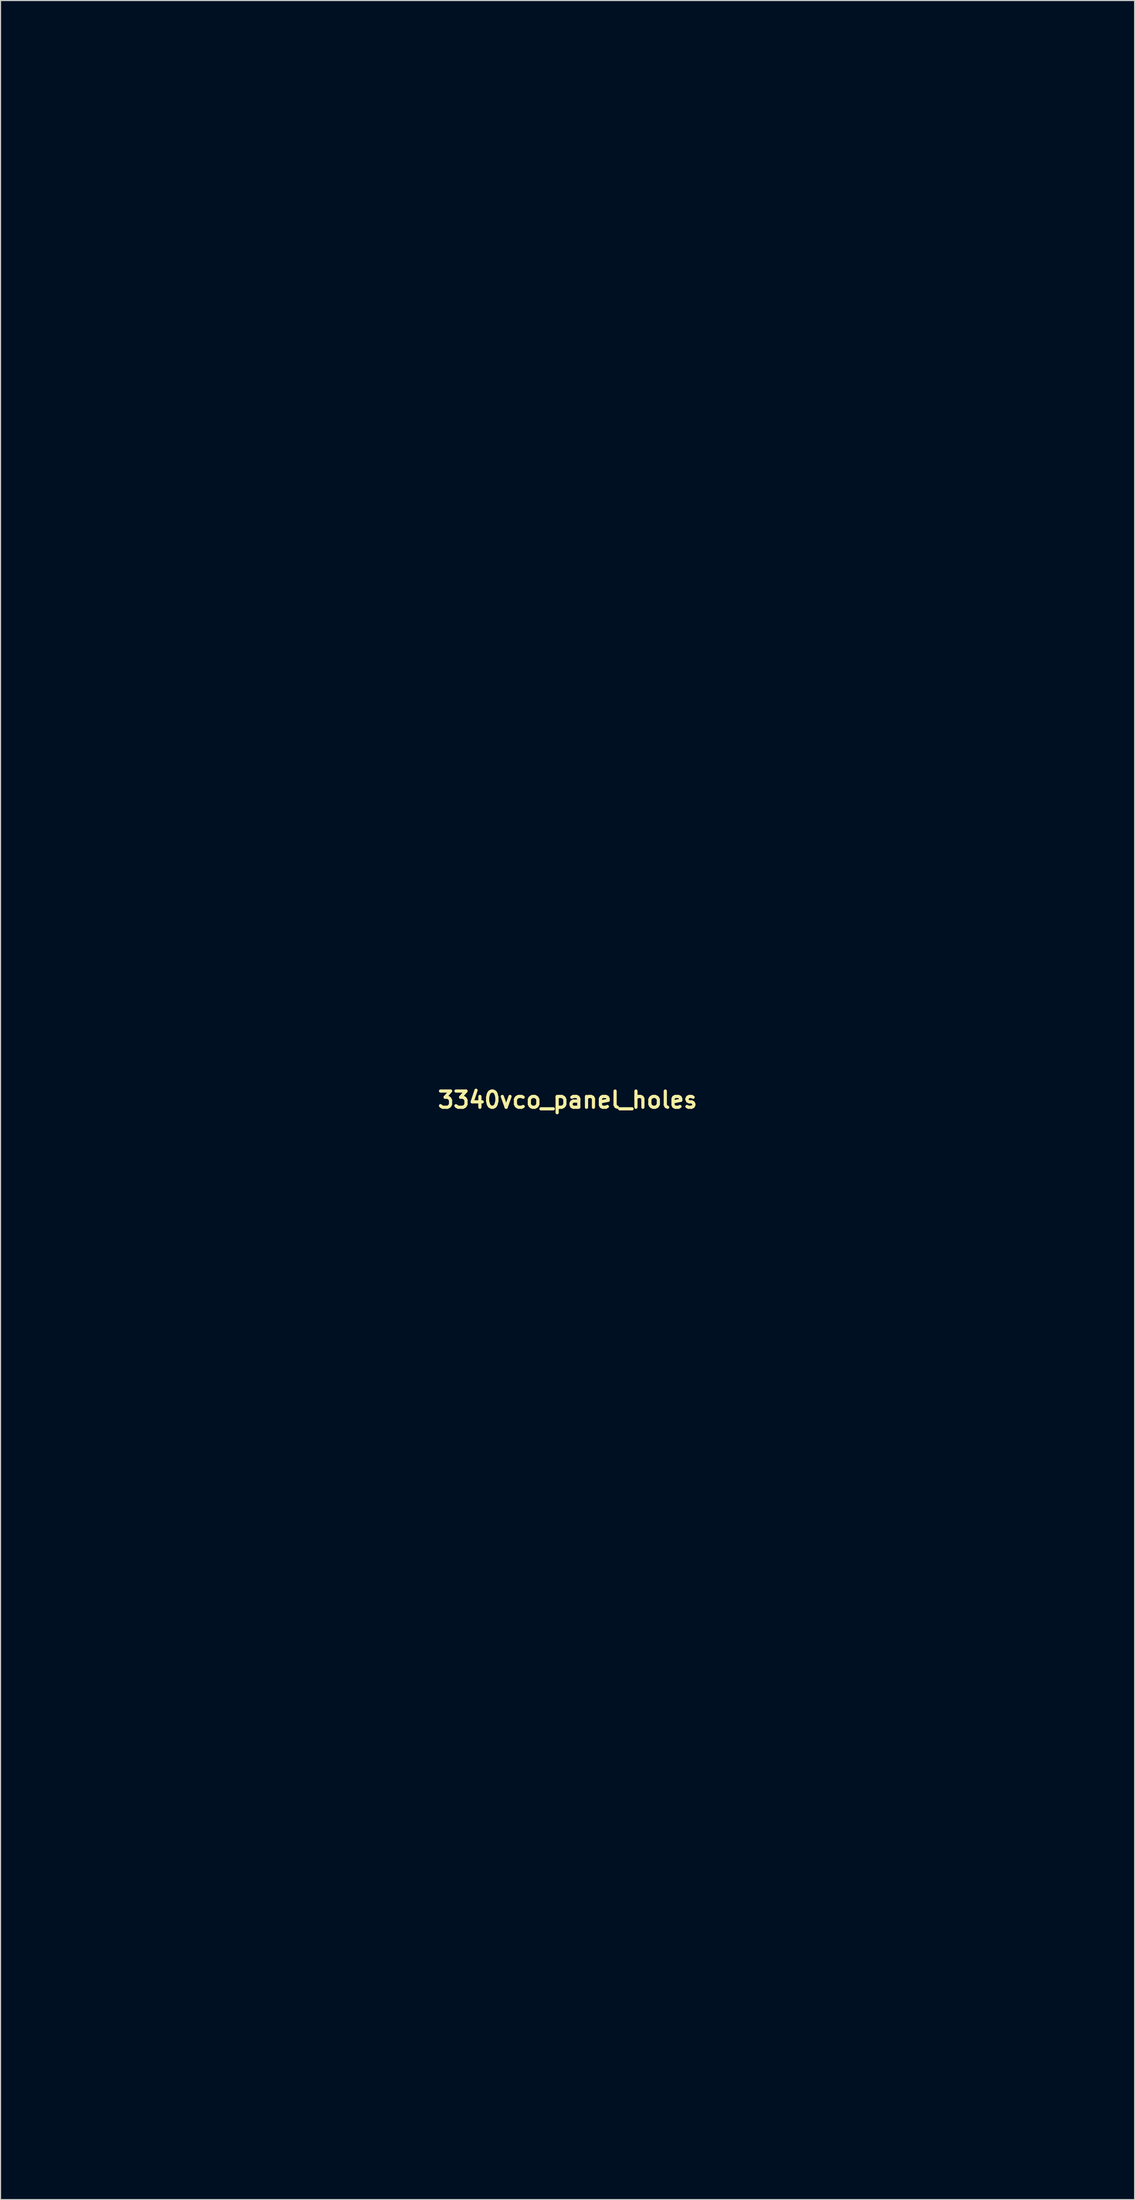
<source format=kicad_pcb>
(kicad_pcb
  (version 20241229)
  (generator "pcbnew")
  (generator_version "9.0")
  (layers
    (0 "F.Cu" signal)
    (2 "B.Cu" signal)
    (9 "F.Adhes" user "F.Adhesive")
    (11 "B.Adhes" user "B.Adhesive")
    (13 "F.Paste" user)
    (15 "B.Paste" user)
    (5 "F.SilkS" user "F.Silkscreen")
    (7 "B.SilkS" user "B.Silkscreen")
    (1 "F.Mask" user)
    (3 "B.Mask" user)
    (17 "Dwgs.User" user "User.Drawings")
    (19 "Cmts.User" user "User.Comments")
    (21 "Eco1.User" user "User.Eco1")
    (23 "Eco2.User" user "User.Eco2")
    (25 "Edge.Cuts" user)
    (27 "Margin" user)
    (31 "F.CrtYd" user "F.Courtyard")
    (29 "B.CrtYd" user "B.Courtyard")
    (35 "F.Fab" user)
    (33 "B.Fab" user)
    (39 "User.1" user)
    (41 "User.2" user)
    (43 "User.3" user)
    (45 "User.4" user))
  (footprint "3340vco_panel_holes"
    (layer "F.Cu")
    (at 50.272 100.259)
    (property "Reference" "3340vco_panel_holes" (at 0 0 0) (layer "F.SilkS") (effects (font (size 1.524 1.524) (thickness 0.3))))
    (attr through_hole)
    (fp_poly (pts (xy 50.267 100.279) (xy -50.267 100.279) (xy -50.267 -99.72) (xy -49.733 -99.72) (xy -49.733 99.746) (xy 49.733 99.746) (xy 49.733 -99.72) (xy -49.733 -99.72) (xy -50.267 -99.72) (xy -50.267 -100.254) (xy 50.267 -100.254) (xy 50.267 100.279)) (stroke (width 0.01) (type solid)) (fill no) (layer "Eco1.User"))
    (fp_poly (pts (xy 44.243 -11.207) (xy 44.473 -11.14) (xy 44.679 -11.034) (xy 44.859 -10.895) (xy 45.009 -10.727) (xy 45.126 -10.534) (xy 45.206 -10.321) (xy 45.246 -10.093) (xy 45.243 -9.855) (xy 45.194 -9.611) (xy 45.173 -9.548) (xy 45.091 -9.376) (xy 44.97 -9.206) (xy 44.824 -9.052) (xy 44.663 -8.927) (xy 44.582 -8.88) (xy 44.357 -8.792) (xy 44.121 -8.746) (xy 43.884 -8.744) (xy 43.691 -8.778) (xy 43.462 -8.864) (xy 43.259 -8.989) (xy 43.085 -9.148) (xy 42.943 -9.334) (xy 42.838 -9.543) (xy 42.773 -9.767) (xy 42.752 -10.002) (xy 42.762 -10.109) (xy 43.002 -10.109) (xy 43.002 -9.855) (xy 43.866 -9.855) (xy 43.866 -8.992) (xy 44.12 -8.992) (xy 44.12 -9.855) (xy 45.009 -9.855) (xy 45.009 -10.108) (xy 44.571 -10.115) (xy 44.133 -10.122) (xy 44.126 -10.547) (xy 44.119 -10.973) (xy 43.866 -10.973) (xy 43.866 -10.109) (xy 43.002 -10.109) (xy 42.762 -10.109) (xy 42.769 -10.19) (xy 42.834 -10.43) (xy 42.941 -10.646) (xy 43.085 -10.835) (xy 43.26 -10.992) (xy 43.462 -11.112) (xy 43.686 -11.193) (xy 43.927 -11.229) (xy 43.993 -11.23) (xy 44.243 -11.207)) (stroke (width 0.01) (type solid)) (fill no) (layer "Eco1.User"))
    (fp_poly (pts (xy 44.3 -41.201) (xy 44.52 -41.122) (xy 44.724 -41.003) (xy 44.902 -40.848) (xy 45.05 -40.66) (xy 45.118 -40.538) (xy 45.206 -40.307) (xy 45.246 -40.076) (xy 45.243 -39.85) (xy 45.199 -39.633) (xy 45.118 -39.43) (xy 45.003 -39.244) (xy 44.858 -39.081) (xy 44.686 -38.944) (xy 44.491 -38.839) (xy 44.276 -38.769) (xy 44.044 -38.739) (xy 43.798 -38.752) (xy 43.739 -38.763) (xy 43.581 -38.811) (xy 43.413 -38.892) (xy 43.251 -38.997) (xy 43.121 -39.108) (xy 42.964 -39.298) (xy 42.851 -39.502) (xy 42.782 -39.717) (xy 42.753 -39.936) (xy 42.762 -40.107) (xy 43.002 -40.107) (xy 43.002 -39.853) (xy 43.866 -39.853) (xy 43.866 -38.989) (xy 44.12 -38.989) (xy 44.12 -39.853) (xy 45.009 -39.853) (xy 45.009 -40.105) (xy 44.571 -40.112) (xy 44.133 -40.119) (xy 44.119 -40.996) (xy 43.866 -40.996) (xy 43.866 -40.107) (xy 43.002 -40.107) (xy 42.762 -40.107) (xy 42.765 -40.154) (xy 42.813 -40.366) (xy 42.898 -40.568) (xy 43.017 -40.752) (xy 43.169 -40.915) (xy 43.351 -41.05) (xy 43.561 -41.154) (xy 43.799 -41.219) (xy 43.832 -41.225) (xy 44.068 -41.236) (xy 44.3 -41.201)) (stroke (width 0.01) (type solid)) (fill no) (layer "Eco1.User"))
    (fp_poly (pts (xy 44.162 -21.224) (xy 44.39 -21.171) (xy 44.602 -21.078) (xy 44.793 -20.948) (xy 44.958 -20.785) (xy 45.092 -20.592) (xy 45.189 -20.372) (xy 45.246 -20.129) (xy 45.248 -20.115) (xy 45.251 -19.887) (xy 45.209 -19.662) (xy 45.124 -19.448) (xy 45.003 -19.25) (xy 44.848 -19.075) (xy 44.664 -18.931) (xy 44.456 -18.823) (xy 44.35 -18.786) (xy 44.182 -18.754) (xy 43.991 -18.746) (xy 43.798 -18.76) (xy 43.627 -18.798) (xy 43.611 -18.803) (xy 43.377 -18.908) (xy 43.175 -19.052) (xy 43.008 -19.23) (xy 42.879 -19.442) (xy 42.79 -19.684) (xy 42.787 -19.697) (xy 42.752 -19.931) (xy 42.761 -20.117) (xy 43.002 -20.117) (xy 43.002 -19.863) (xy 43.866 -19.863) (xy 43.866 -18.999) (xy 44.119 -18.999) (xy 44.126 -19.425) (xy 44.133 -19.85) (xy 45.009 -19.864) (xy 45.009 -20.117) (xy 44.12 -20.117) (xy 44.12 -20.98) (xy 43.866 -20.98) (xy 43.866 -20.117) (xy 43.002 -20.117) (xy 42.761 -20.117) (xy 42.764 -20.163) (xy 42.819 -20.387) (xy 42.914 -20.597) (xy 43.045 -20.788) (xy 43.209 -20.952) (xy 43.401 -21.083) (xy 43.618 -21.177) (xy 43.679 -21.194) (xy 43.924 -21.233) (xy 44.162 -21.224)) (stroke (width 0.01) (type solid)) (fill no) (layer "Eco1.User"))
    (fp_poly (pts (xy 44.269 -31.208) (xy 44.511 -31.127) (xy 44.542 -31.112) (xy 44.748 -30.989) (xy 44.923 -30.829) (xy 45.064 -30.639) (xy 45.169 -30.427) (xy 45.233 -30.199) (xy 45.251 -29.963) (xy 45.238 -29.805) (xy 45.175 -29.565) (xy 45.07 -29.346) (xy 44.925 -29.152) (xy 44.747 -28.99) (xy 44.539 -28.863) (xy 44.308 -28.778) (xy 44.25 -28.764) (xy 44.108 -28.739) (xy 43.987 -28.732) (xy 43.863 -28.744) (xy 43.744 -28.766) (xy 43.505 -28.843) (xy 43.288 -28.966) (xy 43.157 -29.072) (xy 42.991 -29.259) (xy 42.868 -29.466) (xy 42.789 -29.686) (xy 42.754 -29.915) (xy 42.761 -30.124) (xy 43.002 -30.124) (xy 43.002 -29.87) (xy 43.866 -29.87) (xy 43.866 -28.981) (xy 44.119 -28.981) (xy 44.133 -29.858) (xy 44.572 -29.865) (xy 45.012 -29.872) (xy 45.004 -29.992) (xy 44.996 -30.112) (xy 44.12 -30.126) (xy 44.12 -30.988) (xy 43.866 -30.988) (xy 43.866 -30.124) (xy 43.002 -30.124) (xy 42.761 -30.124) (xy 42.762 -30.145) (xy 42.814 -30.371) (xy 42.91 -30.587) (xy 43.049 -30.787) (xy 43.139 -30.882) (xy 43.34 -31.042) (xy 43.558 -31.156) (xy 43.788 -31.222) (xy 44.027 -31.239) (xy 44.269 -31.208)) (stroke (width 0.01) (type solid)) (fill no) (layer "Eco1.User"))
    (fp_poly (pts (xy 44.306 -71.2) (xy 44.528 -71.119) (xy 44.731 -71) (xy 44.908 -70.844) (xy 45.054 -70.657) (xy 45.122 -70.533) (xy 45.211 -70.291) (xy 45.249 -70.049) (xy 45.236 -69.807) (xy 45.173 -69.568) (xy 45.126 -69.456) (xy 44.996 -69.238) (xy 44.833 -69.056) (xy 44.639 -68.914) (xy 44.418 -68.812) (xy 44.176 -68.755) (xy 44.069 -68.745) (xy 43.953 -68.744) (xy 43.838 -68.749) (xy 43.752 -68.761) (xy 43.557 -68.823) (xy 43.363 -68.924) (xy 43.182 -69.057) (xy 43.028 -69.211) (xy 42.911 -69.378) (xy 42.905 -69.388) (xy 42.81 -69.617) (xy 42.761 -69.85) (xy 42.758 -70.081) (xy 42.766 -70.129) (xy 43.002 -70.129) (xy 43.002 -69.85) (xy 43.866 -69.85) (xy 43.866 -68.986) (xy 44.12 -68.986) (xy 44.12 -69.849) (xy 44.558 -69.856) (xy 44.996 -69.863) (xy 44.996 -70.117) (xy 44.12 -70.131) (xy 44.12 -70.993) (xy 43.866 -70.993) (xy 43.866 -70.129) (xy 43.002 -70.129) (xy 42.766 -70.129) (xy 42.796 -70.305) (xy 42.874 -70.518) (xy 42.988 -70.713) (xy 43.136 -70.885) (xy 43.315 -71.029) (xy 43.523 -71.14) (xy 43.756 -71.213) (xy 43.837 -71.227) (xy 44.074 -71.237) (xy 44.306 -71.2)) (stroke (width 0.01) (type solid)) (fill no) (layer "Eco1.User"))
    (fp_poly (pts (xy 44.341 -61.193) (xy 44.569 -61.104) (xy 44.574 -61.101) (xy 44.698 -61.023) (xy 44.83 -60.915) (xy 44.952 -60.793) (xy 45.048 -60.672) (xy 45.056 -60.66) (xy 45.165 -60.446) (xy 45.23 -60.215) (xy 45.25 -59.976) (xy 45.225 -59.738) (xy 45.155 -59.51) (xy 45.139 -59.474) (xy 45.009 -59.255) (xy 44.847 -59.071) (xy 44.654 -58.925) (xy 44.438 -58.82) (xy 44.201 -58.759) (xy 43.949 -58.743) (xy 43.818 -58.753) (xy 43.609 -58.803) (xy 43.405 -58.896) (xy 43.216 -59.025) (xy 43.051 -59.183) (xy 42.92 -59.363) (xy 42.88 -59.438) (xy 42.795 -59.669) (xy 42.756 -59.898) (xy 42.76 -60.121) (xy 42.761 -60.122) (xy 43.002 -60.122) (xy 43.002 -59.868) (xy 43.866 -59.868) (xy 43.866 -59.004) (xy 44.119 -59.004) (xy 44.126 -59.43) (xy 44.133 -59.855) (xy 45.009 -59.869) (xy 45.009 -60.122) (xy 44.12 -60.122) (xy 44.12 -60.985) (xy 43.866 -60.985) (xy 43.866 -60.122) (xy 43.002 -60.122) (xy 42.761 -60.122) (xy 42.804 -60.334) (xy 42.883 -60.533) (xy 42.994 -60.715) (xy 43.133 -60.876) (xy 43.296 -61.012) (xy 43.479 -61.12) (xy 43.679 -61.196) (xy 43.892 -61.236) (xy 44.114 -61.236) (xy 44.341 -61.193)) (stroke (width 0.01) (type solid)) (fill no) (layer "Eco1.User"))
    (fp_poly (pts (xy 44.128 -51.226) (xy 44.251 -51.212) (xy 44.349 -51.192) (xy 44.35 -51.191) (xy 44.573 -51.1) (xy 44.774 -50.968) (xy 44.946 -50.799) (xy 45.086 -50.602) (xy 45.186 -50.383) (xy 45.238 -50.178) (xy 45.251 -49.938) (xy 45.218 -49.705) (xy 45.141 -49.483) (xy 45.025 -49.28) (xy 44.874 -49.1) (xy 44.692 -48.95) (xy 44.481 -48.836) (xy 44.314 -48.778) (xy 44.172 -48.754) (xy 44.005 -48.746) (xy 43.835 -48.754) (xy 43.684 -48.778) (xy 43.665 -48.783) (xy 43.444 -48.867) (xy 43.248 -48.992) (xy 43.079 -49.15) (xy 42.941 -49.336) (xy 42.838 -49.543) (xy 42.773 -49.765) (xy 42.751 -49.995) (xy 42.763 -50.114) (xy 43.002 -50.114) (xy 43.002 -49.86) (xy 43.866 -49.86) (xy 43.866 -48.997) (xy 44.12 -48.997) (xy 44.12 -49.86) (xy 45.009 -49.86) (xy 45.009 -50.113) (xy 44.571 -50.12) (xy 44.133 -50.127) (xy 44.126 -50.552) (xy 44.119 -50.978) (xy 43.866 -50.978) (xy 43.866 -50.114) (xy 43.002 -50.114) (xy 42.763 -50.114) (xy 42.775 -50.228) (xy 42.787 -50.28) (xy 42.873 -50.521) (xy 42.998 -50.732) (xy 43.158 -50.911) (xy 43.348 -51.053) (xy 43.564 -51.156) (xy 43.802 -51.217) (xy 44.004 -51.232) (xy 44.128 -51.226)) (stroke (width 0.01) (type solid)) (fill no) (layer "Eco1.User"))
    (fp_poly (pts (xy 44.18 -81.222) (xy 44.275 -81.207) (xy 44.369 -81.182) (xy 44.591 -81.089) (xy 44.788 -80.958) (xy 44.954 -80.794) (xy 45.087 -80.604) (xy 45.183 -80.394) (xy 45.239 -80.169) (xy 45.25 -79.936) (xy 45.228 -79.766) (xy 45.169 -79.55) (xy 45.081 -79.365) (xy 44.957 -79.193) (xy 44.905 -79.135) (xy 44.72 -78.973) (xy 44.509 -78.852) (xy 44.281 -78.774) (xy 44.042 -78.741) (xy 43.799 -78.756) (xy 43.701 -78.776) (xy 43.475 -78.857) (xy 43.272 -78.978) (xy 43.097 -79.134) (xy 42.954 -79.318) (xy 42.846 -79.525) (xy 42.777 -79.749) (xy 42.752 -79.982) (xy 42.763 -80.112) (xy 43.002 -80.112) (xy 43.002 -79.858) (xy 43.866 -79.858) (xy 43.866 -78.994) (xy 44.12 -78.994) (xy 44.12 -79.858) (xy 45.009 -79.858) (xy 45.009 -80.11) (xy 44.571 -80.117) (xy 44.133 -80.124) (xy 44.126 -80.55) (xy 44.119 -80.975) (xy 43.866 -80.975) (xy 43.866 -80.112) (xy 43.002 -80.112) (xy 42.763 -80.112) (xy 42.769 -80.192) (xy 42.835 -80.433) (xy 42.946 -80.653) (xy 43.097 -80.846) (xy 43.286 -81.007) (xy 43.472 -81.117) (xy 43.571 -81.162) (xy 43.651 -81.192) (xy 43.729 -81.21) (xy 43.823 -81.219) (xy 43.934 -81.225) (xy 44.073 -81.228) (xy 44.18 -81.222)) (stroke (width 0.01) (type solid)) (fill no) (layer "Eco1.User"))
    (fp_poly (pts (xy -24.783 -27.466) (xy -24.609 -27.455) (xy -24.456 -27.432) (xy -24.309 -27.396) (xy -24.154 -27.343) (xy -23.995 -27.278) (xy -23.768 -27.162) (xy -23.538 -27.008) (xy -23.316 -26.828) (xy -23.118 -26.631) (xy -22.954 -26.429) (xy -22.943 -26.414) (xy -22.763 -26.109) (xy -22.631 -25.786) (xy -22.547 -25.447) (xy -22.51 -25.091) (xy -22.511 -24.859) (xy -22.552 -24.514) (xy -22.637 -24.186) (xy -22.764 -23.878) (xy -22.929 -23.593) (xy -23.129 -23.334) (xy -23.36 -23.104) (xy -23.619 -22.905) (xy -23.902 -22.742) (xy -24.205 -22.616) (xy -24.526 -22.531) (xy -24.86 -22.489) (xy -25.204 -22.494) (xy -25.317 -22.506) (xy -25.661 -22.576) (xy -25.989 -22.692) (xy -26.296 -22.852) (xy -26.578 -23.052) (xy -26.831 -23.289) (xy -27.05 -23.561) (xy -27.215 -23.832) (xy -27.356 -24.151) (xy -27.449 -24.477) (xy -27.496 -24.808) (xy -27.498 -25.138) (xy -27.497 -25.145) (xy -26.01 -25.145) (xy -26.01 -24.892) (xy -25.121 -24.892) (xy -25.121 -24.003) (xy -24.867 -24.003) (xy -24.867 -24.892) (xy -24.003 -24.892) (xy -24.003 -25.146) (xy -24.867 -25.146) (xy -24.867 -25.984) (xy -25.119 -25.984) (xy -25.133 -25.159) (xy -25.571 -25.152) (xy -26.01 -25.145) (xy -27.497 -25.145) (xy -27.456 -25.463) (xy -27.372 -25.78) (xy -27.248 -26.082) (xy -27.084 -26.368) (xy -26.883 -26.631) (xy -26.645 -26.869) (xy -26.373 -27.075) (xy -26.067 -27.248) (xy -26.051 -27.256) (xy -25.869 -27.335) (xy -25.703 -27.393) (xy -25.538 -27.432) (xy -25.361 -27.456) (xy -25.157 -27.468) (xy -24.994 -27.47) (xy -24.783 -27.466)) (stroke (width 0.01) (type solid)) (fill no) (layer "Eco1.User"))
    (fp_poly (pts (xy 25.298 -67.437) (xy 25.643 -67.369) (xy 25.967 -67.257) (xy 26.267 -67.106) (xy 26.541 -66.92) (xy 26.785 -66.701) (xy 26.998 -66.454) (xy 27.177 -66.182) (xy 27.32 -65.889) (xy 27.423 -65.578) (xy 27.485 -65.253) (xy 27.502 -64.919) (xy 27.473 -64.577) (xy 27.433 -64.376) (xy 27.328 -64.043) (xy 27.178 -63.731) (xy 26.989 -63.445) (xy 26.763 -63.186) (xy 26.505 -62.961) (xy 26.219 -62.772) (xy 25.907 -62.624) (xy 25.629 -62.533) (xy 25.471 -62.502) (xy 25.282 -62.48) (xy 25.078 -62.468) (xy 24.875 -62.466) (xy 24.689 -62.475) (xy 24.535 -62.495) (xy 24.527 -62.497) (xy 24.325 -62.545) (xy 24.146 -62.604) (xy 23.963 -62.683) (xy 23.889 -62.718) (xy 23.584 -62.898) (xy 23.31 -63.115) (xy 23.072 -63.366) (xy 22.871 -63.648) (xy 22.71 -63.956) (xy 22.592 -64.288) (xy 22.529 -64.573) (xy 22.511 -64.758) (xy 22.508 -64.972) (xy 22.516 -65.126) (xy 24.003 -65.126) (xy 24.003 -64.872) (xy 24.867 -64.872) (xy 24.867 -63.957) (xy 25.119 -63.957) (xy 25.126 -64.408) (xy 25.133 -64.859) (xy 25.573 -64.866) (xy 26.012 -64.873) (xy 26.005 -64.993) (xy 25.997 -65.113) (xy 25.121 -65.127) (xy 25.121 -65.967) (xy 24.879 -65.951) (xy 24.872 -65.538) (xy 24.865 -65.126) (xy 24.003 -65.126) (xy 22.516 -65.126) (xy 22.519 -65.195) (xy 22.544 -65.409) (xy 22.579 -65.583) (xy 22.688 -65.908) (xy 22.84 -66.211) (xy 23.028 -66.487) (xy 23.251 -66.735) (xy 23.503 -66.951) (xy 23.78 -67.132) (xy 24.079 -67.276) (xy 24.394 -67.38) (xy 24.722 -67.441) (xy 25.059 -67.456) (xy 25.298 -67.437)) (stroke (width 0.01) (type solid)) (fill no) (layer "Eco1.User"))
    (fp_poly (pts (xy -43.764 95.474) (xy -43.492 95.584) (xy -43.249 95.735) (xy -43.038 95.923) (xy -42.862 96.145) (xy -42.724 96.398) (xy -42.665 96.554) (xy -42.64 96.644) (xy -42.624 96.741) (xy -42.616 96.859) (xy -42.613 97.013) (xy -42.613 97.015) (xy -42.616 97.17) (xy -42.624 97.289) (xy -42.64 97.386) (xy -42.664 97.476) (xy -42.665 97.477) (xy -42.779 97.747) (xy -42.932 97.986) (xy -43.12 98.191) (xy -43.34 98.36) (xy -43.589 98.489) (xy -43.863 98.576) (xy -44.005 98.602) (xy -44.067 98.607) (xy -44.174 98.611) (xy -44.32 98.615) (xy -44.499 98.618) (xy -44.706 98.621) (xy -44.934 98.622) (xy -45.178 98.624) (xy -45.432 98.624) (xy -45.69 98.624) (xy -45.947 98.624) (xy -46.196 98.622) (xy -46.432 98.621) (xy -46.649 98.618) (xy -46.84 98.615) (xy -47.002 98.611) (xy -47.126 98.607) (xy -47.208 98.602) (xy -47.23 98.6) (xy -47.369 98.575) (xy -47.488 98.542) (xy -47.61 98.492) (xy -47.727 98.434) (xy -47.966 98.284) (xy -48.169 98.101) (xy -48.335 97.891) (xy -48.463 97.658) (xy -48.55 97.409) (xy -48.595 97.149) (xy -48.596 96.883) (xy -48.552 96.616) (xy -48.459 96.354) (xy -48.436 96.304) (xy -48.294 96.073) (xy -48.113 95.868) (xy -47.897 95.694) (xy -47.653 95.556) (xy -47.391 95.459) (xy -47.355 95.45) (xy -47.314 95.443) (xy -47.263 95.436) (xy -47.199 95.431) (xy -47.118 95.426) (xy -47.016 95.423) (xy -46.889 95.42) (xy -46.732 95.418) (xy -46.542 95.417) (xy -46.315 95.416) (xy -46.047 95.415) (xy -45.734 95.415) (xy -45.593 95.415) (xy -43.955 95.415) (xy -43.764 95.474)) (stroke (width 0.01) (type solid)) (fill no) (layer "Eco1.User"))
    (fp_poly (pts (xy 25.185 22.57) (xy 25.311 22.573) (xy 25.408 22.579) (xy 25.489 22.589) (xy 25.564 22.605) (xy 25.644 22.627) (xy 25.691 22.64) (xy 26.027 22.768) (xy 26.333 22.935) (xy 26.608 23.135) (xy 26.85 23.366) (xy 27.056 23.624) (xy 27.225 23.905) (xy 27.356 24.205) (xy 27.446 24.521) (xy 27.493 24.848) (xy 27.497 25.184) (xy 27.454 25.523) (xy 27.364 25.862) (xy 27.3 26.03) (xy 27.157 26.311) (xy 26.971 26.579) (xy 26.749 26.825) (xy 26.498 27.043) (xy 26.226 27.226) (xy 25.939 27.367) (xy 25.908 27.379) (xy 25.652 27.46) (xy 25.374 27.516) (xy 25.092 27.545) (xy 24.824 27.545) (xy 24.711 27.534) (xy 24.409 27.475) (xy 24.104 27.374) (xy 23.81 27.239) (xy 23.542 27.076) (xy 23.436 26.997) (xy 23.194 26.773) (xy 22.98 26.511) (xy 22.799 26.22) (xy 22.656 25.908) (xy 22.592 25.718) (xy 22.543 25.498) (xy 22.515 25.252) (xy 22.506 24.996) (xy 22.512 24.892) (xy 24.003 24.892) (xy 24.003 25.146) (xy 24.867 25.146) (xy 24.867 26.035) (xy 25.121 26.035) (xy 25.121 25.146) (xy 26.01 25.146) (xy 26.01 24.893) (xy 25.571 24.886) (xy 25.133 24.879) (xy 25.126 24.467) (xy 25.119 24.054) (xy 24.867 24.054) (xy 24.867 24.892) (xy 24.003 24.892) (xy 22.512 24.892) (xy 22.519 24.752) (xy 22.541 24.604) (xy 22.631 24.261) (xy 22.765 23.938) (xy 22.94 23.64) (xy 23.153 23.369) (xy 23.401 23.13) (xy 23.679 22.927) (xy 23.986 22.762) (xy 24.317 22.639) (xy 24.363 22.626) (xy 24.449 22.604) (xy 24.53 22.588) (xy 24.616 22.578) (xy 24.72 22.572) (xy 24.853 22.57) (xy 25.019 22.569) (xy 25.185 22.57)) (stroke (width 0.01) (type solid)) (fill no) (layer "Eco1.User"))
    (fp_poly (pts (xy 25.203 -37.473) (xy 25.407 -37.455) (xy 25.581 -37.423) (xy 25.603 -37.418) (xy 25.949 -37.299) (xy 26.269 -37.14) (xy 26.558 -36.942) (xy 26.814 -36.708) (xy 27.035 -36.44) (xy 27.217 -36.141) (xy 27.229 -36.119) (xy 27.365 -35.794) (xy 27.454 -35.464) (xy 27.496 -35.133) (xy 27.493 -34.804) (xy 27.447 -34.482) (xy 27.361 -34.17) (xy 27.235 -33.872) (xy 27.072 -33.592) (xy 26.873 -33.335) (xy 26.64 -33.103) (xy 26.375 -32.901) (xy 26.079 -32.733) (xy 25.755 -32.603) (xy 25.607 -32.559) (xy 25.453 -32.529) (xy 25.267 -32.508) (xy 25.066 -32.497) (xy 24.866 -32.496) (xy 24.685 -32.507) (xy 24.57 -32.523) (xy 24.219 -32.614) (xy 23.892 -32.75) (xy 23.591 -32.926) (xy 23.319 -33.141) (xy 23.08 -33.391) (xy 22.876 -33.673) (xy 22.711 -33.986) (xy 22.588 -34.325) (xy 22.576 -34.366) (xy 22.552 -34.46) (xy 22.536 -34.548) (xy 22.525 -34.643) (xy 22.52 -34.757) (xy 22.517 -34.904) (xy 22.517 -34.989) (xy 22.518 -35.154) (xy 24.003 -35.154) (xy 24.003 -34.9) (xy 24.867 -34.9) (xy 24.867 -33.985) (xy 25.119 -33.985) (xy 25.126 -34.436) (xy 25.133 -34.887) (xy 26.01 -34.901) (xy 26.01 -35.154) (xy 25.121 -35.154) (xy 25.121 -35.992) (xy 24.867 -35.992) (xy 24.867 -35.154) (xy 24.003 -35.154) (xy 22.518 -35.154) (xy 22.518 -35.155) (xy 22.522 -35.283) (xy 22.53 -35.386) (xy 22.544 -35.475) (xy 22.564 -35.565) (xy 22.576 -35.611) (xy 22.692 -35.947) (xy 22.848 -36.255) (xy 23.048 -36.54) (xy 23.266 -36.779) (xy 23.514 -36.995) (xy 23.78 -37.17) (xy 24.074 -37.31) (xy 24.402 -37.419) (xy 24.403 -37.419) (xy 24.569 -37.452) (xy 24.768 -37.472) (xy 24.985 -37.479) (xy 25.203 -37.473)) (stroke (width 0.01) (type solid)) (fill no) (layer "Eco1.User"))
    (fp_poly (pts (xy -37 45.039) (xy -36.538 45.108) (xy -36.086 45.22) (xy -35.648 45.372) (xy -35.225 45.565) (xy -34.821 45.796) (xy -34.439 46.064) (xy -34.082 46.368) (xy -33.753 46.706) (xy -33.455 47.078) (xy -33.191 47.482) (xy -32.963 47.916) (xy -32.809 48.285) (xy -32.667 48.736) (xy -32.57 49.206) (xy -32.517 49.688) (xy -32.508 50.173) (xy -32.545 50.656) (xy -32.627 51.128) (xy -32.651 51.232) (xy -32.795 51.705) (xy -32.982 52.154) (xy -33.209 52.579) (xy -33.474 52.976) (xy -33.774 53.343) (xy -34.106 53.68) (xy -34.467 53.983) (xy -34.855 54.252) (xy -35.266 54.483) (xy -35.699 54.675) (xy -36.149 54.827) (xy -36.615 54.935) (xy -37.093 54.999) (xy -37.582 55.016) (xy -38.034 54.989) (xy -38.52 54.912) (xy -38.993 54.788) (xy -39.45 54.619) (xy -39.887 54.406) (xy -40.302 54.152) (xy -40.69 53.86) (xy -41.05 53.531) (xy -41.377 53.168) (xy -41.669 52.773) (xy -41.921 52.348) (xy -41.95 52.293) (xy -42.15 51.855) (xy -42.303 51.415) (xy -42.411 50.965) (xy -42.474 50.499) (xy -42.494 50.013) (xy -42.488 49.886) (xy -40.005 49.886) (xy -40.005 50.14) (xy -37.643 50.14) (xy -37.643 52.502) (xy -37.363 52.502) (xy -37.363 50.14) (xy -35.001 50.14) (xy -35.001 49.886) (xy -37.363 49.886) (xy -37.363 47.523) (xy -37.643 47.523) (xy -37.643 49.886) (xy -40.005 49.886) (xy -42.488 49.886) (xy -42.47 49.501) (xy -42.398 49.005) (xy -42.278 48.527) (xy -42.111 48.067) (xy -41.897 47.626) (xy -41.638 47.206) (xy -41.332 46.808) (xy -40.982 46.433) (xy -40.967 46.418) (xy -40.632 46.118) (xy -40.289 45.861) (xy -39.929 45.641) (xy -39.539 45.449) (xy -39.361 45.373) (xy -38.892 45.211) (xy -38.418 45.098) (xy -37.943 45.032) (xy -37.47 45.013) (xy -37 45.039)) (stroke (width 0.01) (type solid)) (fill no) (layer "Eco1.User"))
    (fp_poly (pts (xy -12.214 45.02) (xy -12.036 45.034) (xy -11.541 45.107) (xy -11.062 45.226) (xy -10.603 45.39) (xy -10.165 45.595) (xy -9.751 45.839) (xy -9.364 46.121) (xy -9.006 46.438) (xy -8.68 46.788) (xy -8.389 47.169) (xy -8.134 47.577) (xy -7.918 48.012) (xy -7.744 48.471) (xy -7.614 48.951) (xy -7.606 48.991) (xy -7.528 49.484) (xy -7.501 49.979) (xy -7.522 50.471) (xy -7.591 50.958) (xy -7.708 51.435) (xy -7.871 51.9) (xy -8.079 52.348) (xy -8.333 52.776) (xy -8.554 53.085) (xy -8.876 53.459) (xy -9.23 53.796) (xy -9.615 54.095) (xy -10.025 54.355) (xy -10.458 54.574) (xy -10.91 54.751) (xy -11.378 54.884) (xy -11.857 54.971) (xy -12.344 55.012) (xy -12.836 55.004) (xy -13.106 54.978) (xy -13.595 54.894) (xy -14.065 54.765) (xy -14.514 54.592) (xy -14.94 54.379) (xy -15.341 54.128) (xy -15.715 53.842) (xy -16.06 53.523) (xy -16.373 53.173) (xy -16.652 52.796) (xy -16.895 52.394) (xy -17.1 51.969) (xy -17.264 51.523) (xy -17.387 51.061) (xy -17.464 50.583) (xy -17.495 50.092) (xy -17.493 49.886) (xy -14.986 49.886) (xy -14.986 50.14) (xy -12.624 50.14) (xy -12.624 52.502) (xy -12.37 52.502) (xy -12.37 50.14) (xy -10.008 50.14) (xy -10.008 49.886) (xy -12.37 49.886) (xy -12.37 47.523) (xy -12.624 47.523) (xy -12.624 49.886) (xy -14.986 49.886) (xy -17.493 49.886) (xy -17.492 49.835) (xy -17.462 49.413) (xy -17.403 49.019) (xy -17.311 48.639) (xy -17.183 48.259) (xy -17.154 48.184) (xy -16.949 47.733) (xy -16.704 47.309) (xy -16.422 46.916) (xy -16.106 46.554) (xy -15.758 46.225) (xy -15.383 45.932) (xy -14.981 45.675) (xy -14.558 45.458) (xy -14.116 45.281) (xy -13.657 45.148) (xy -13.185 45.058) (xy -12.703 45.015) (xy -12.214 45.02)) (stroke (width 0.01) (type solid)) (fill no) (layer "Eco1.User"))
    (fp_poly (pts (xy -11.874 20.051) (xy -11.413 20.131) (xy -10.963 20.254) (xy -10.526 20.418) (xy -10.106 20.623) (xy -9.705 20.867) (xy -9.326 21.15) (xy -8.974 21.471) (xy -8.649 21.828) (xy -8.356 22.221) (xy -8.098 22.648) (xy -8.024 22.79) (xy -7.825 23.24) (xy -7.674 23.701) (xy -7.57 24.169) (xy -7.513 24.64) (xy -7.501 25.111) (xy -7.533 25.58) (xy -7.609 26.042) (xy -7.728 26.496) (xy -7.888 26.936) (xy -8.089 27.361) (xy -8.33 27.767) (xy -8.61 28.151) (xy -8.928 28.509) (xy -9.283 28.839) (xy -9.674 29.137) (xy -9.878 29.27) (xy -10.31 29.509) (xy -10.763 29.703) (xy -11.233 29.851) (xy -11.713 29.953) (xy -12.2 30.007) (xy -12.69 30.013) (xy -12.954 29.995) (xy -13.451 29.923) (xy -13.932 29.804) (xy -14.395 29.639) (xy -14.837 29.432) (xy -15.255 29.184) (xy -15.646 28.897) (xy -16.008 28.574) (xy -16.338 28.216) (xy -16.633 27.826) (xy -16.892 27.405) (xy -17.11 26.955) (xy -17.203 26.721) (xy -17.342 26.273) (xy -17.438 25.805) (xy -17.489 25.324) (xy -17.494 24.893) (xy -14.986 24.893) (xy -14.986 25.146) (xy -12.624 25.146) (xy -12.624 27.508) (xy -12.37 27.508) (xy -12.37 25.146) (xy -10.008 25.146) (xy -10.008 24.892) (xy -12.37 24.892) (xy -12.37 22.504) (xy -12.623 22.504) (xy -12.636 24.879) (xy -13.811 24.886) (xy -14.986 24.893) (xy -17.494 24.893) (xy -17.495 24.838) (xy -17.456 24.351) (xy -17.397 23.995) (xy -17.277 23.525) (xy -17.109 23.071) (xy -16.898 22.635) (xy -16.646 22.222) (xy -16.355 21.834) (xy -16.028 21.474) (xy -15.667 21.148) (xy -15.277 20.857) (xy -14.858 20.606) (xy -14.694 20.522) (xy -14.232 20.326) (xy -13.764 20.177) (xy -13.29 20.077) (xy -12.816 20.023) (xy -12.343 20.015) (xy -11.874 20.051)) (stroke (width 0.01) (type solid)) (fill no) (layer "Eco1.User"))
    (fp_poly (pts (xy 13.01 45.038) (xy 13.49 45.112) (xy 13.961 45.232) (xy 14.418 45.398) (xy 14.858 45.607) (xy 15.277 45.858) (xy 15.671 46.15) (xy 16.037 46.481) (xy 16.163 46.612) (xy 16.484 46.995) (xy 16.764 47.403) (xy 16.999 47.833) (xy 17.191 48.28) (xy 17.337 48.743) (xy 17.438 49.217) (xy 17.492 49.699) (xy 17.499 50.185) (xy 17.458 50.673) (xy 17.368 51.159) (xy 17.246 51.588) (xy 17.074 52.036) (xy 16.868 52.453) (xy 16.622 52.844) (xy 16.333 53.216) (xy 16.029 53.545) (xy 15.867 53.703) (xy 15.723 53.834) (xy 15.585 53.949) (xy 15.438 54.06) (xy 15.269 54.177) (xy 15.24 54.196) (xy 14.828 54.44) (xy 14.39 54.643) (xy 13.931 54.803) (xy 13.457 54.919) (xy 12.973 54.99) (xy 12.484 55.014) (xy 11.995 54.99) (xy 11.966 54.987) (xy 11.486 54.912) (xy 11.014 54.788) (xy 10.554 54.617) (xy 10.113 54.403) (xy 9.692 54.146) (xy 9.298 53.848) (xy 8.965 53.544) (xy 8.631 53.176) (xy 8.34 52.783) (xy 8.092 52.371) (xy 7.887 51.942) (xy 7.726 51.499) (xy 7.608 51.045) (xy 7.533 50.585) (xy 7.501 50.12) (xy 7.507 49.886) (xy 10.008 49.886) (xy 10.008 50.14) (xy 12.37 50.14) (xy 12.37 52.502) (xy 12.624 52.502) (xy 12.624 50.14) (xy 14.986 50.14) (xy 14.986 49.886) (xy 12.624 49.886) (xy 12.624 47.523) (xy 12.37 47.523) (xy 12.37 49.886) (xy 10.008 49.886) (xy 7.507 49.886) (xy 7.513 49.655) (xy 7.568 49.192) (xy 7.666 48.735) (xy 7.808 48.287) (xy 7.992 47.851) (xy 8.22 47.43) (xy 8.492 47.028) (xy 8.806 46.648) (xy 8.966 46.481) (xy 9.34 46.142) (xy 9.742 45.845) (xy 10.169 45.592) (xy 10.62 45.382) (xy 11.091 45.218) (xy 11.58 45.1) (xy 12.036 45.035) (xy 12.524 45.012) (xy 13.01 45.038)) (stroke (width 0.01) (type solid)) (fill no) (layer "Eco1.User"))
    (fp_poly (pts (xy 25.398 -7.422) (xy 25.72 -7.348) (xy 26.032 -7.23) (xy 26.329 -7.069) (xy 26.607 -6.864) (xy 26.762 -6.721) (xy 26.992 -6.461) (xy 27.178 -6.182) (xy 27.323 -5.879) (xy 27.426 -5.563) (xy 27.453 -5.453) (xy 27.472 -5.355) (xy 27.483 -5.252) (xy 27.489 -5.131) (xy 27.49 -4.976) (xy 27.49 -4.953) (xy 27.489 -4.793) (xy 27.484 -4.668) (xy 27.473 -4.564) (xy 27.456 -4.466) (xy 27.43 -4.358) (xy 27.426 -4.343) (xy 27.31 -4.001) (xy 27.154 -3.686) (xy 26.96 -3.402) (xy 26.733 -3.15) (xy 26.475 -2.934) (xy 26.191 -2.755) (xy 25.883 -2.615) (xy 25.555 -2.518) (xy 25.21 -2.465) (xy 24.852 -2.46) (xy 24.762 -2.466) (xy 24.432 -2.519) (xy 24.11 -2.619) (xy 23.803 -2.763) (xy 23.516 -2.948) (xy 23.256 -3.17) (xy 23.026 -3.426) (xy 22.922 -3.571) (xy 22.813 -3.745) (xy 22.726 -3.913) (xy 22.652 -4.095) (xy 22.588 -4.289) (xy 22.563 -4.376) (xy 22.545 -4.452) (xy 22.533 -4.531) (xy 22.525 -4.623) (xy 22.521 -4.739) (xy 22.52 -4.891) (xy 22.52 -4.94) (xy 22.52 -5.105) (xy 24.003 -5.105) (xy 24.003 -4.851) (xy 24.867 -4.851) (xy 24.867 -3.962) (xy 25.121 -3.962) (xy 25.121 -4.85) (xy 25.559 -4.857) (xy 25.997 -4.864) (xy 26.005 -4.984) (xy 26.012 -5.104) (xy 25.573 -5.111) (xy 25.133 -5.118) (xy 25.126 -5.531) (xy 25.119 -5.944) (xy 24.867 -5.944) (xy 24.867 -5.105) (xy 24.003 -5.105) (xy 22.52 -5.105) (xy 22.52 -5.119) (xy 22.524 -5.256) (xy 22.532 -5.364) (xy 22.545 -5.452) (xy 22.563 -5.53) (xy 22.564 -5.537) (xy 22.685 -5.889) (xy 22.84 -6.205) (xy 23.033 -6.491) (xy 23.242 -6.725) (xy 23.508 -6.955) (xy 23.795 -7.142) (xy 24.1 -7.285) (xy 24.417 -7.385) (xy 24.742 -7.441) (xy 25.07 -7.453) (xy 25.398 -7.422)) (stroke (width 0.01) (type solid)) (fill no) (layer "Eco1.User"))
    (fp_poly (pts (xy 46.234 95.415) (xy 46.488 95.416) (xy 46.705 95.418) (xy 46.887 95.421) (xy 47.039 95.426) (xy 47.165 95.433) (xy 47.27 95.442) (xy 47.357 95.454) (xy 47.43 95.469) (xy 47.495 95.487) (xy 47.555 95.51) (xy 47.613 95.536) (xy 47.675 95.567) (xy 47.739 95.6) (xy 47.889 95.695) (xy 48.045 95.823) (xy 48.193 95.971) (xy 48.32 96.126) (xy 48.396 96.243) (xy 48.503 96.487) (xy 48.567 96.749) (xy 48.588 97.02) (xy 48.566 97.29) (xy 48.5 97.552) (xy 48.396 97.787) (xy 48.289 97.947) (xy 48.149 98.107) (xy 47.991 98.255) (xy 47.827 98.376) (xy 47.725 98.435) (xy 47.654 98.47) (xy 47.592 98.5) (xy 47.533 98.525) (xy 47.474 98.547) (xy 47.41 98.564) (xy 47.337 98.578) (xy 47.251 98.59) (xy 47.147 98.598) (xy 47.021 98.605) (xy 46.868 98.609) (xy 46.684 98.612) (xy 46.465 98.614) (xy 46.207 98.616) (xy 45.905 98.617) (xy 45.695 98.618) (xy 45.413 98.618) (xy 45.142 98.618) (xy 44.888 98.618) (xy 44.655 98.616) (xy 44.448 98.615) (xy 44.272 98.612) (xy 44.132 98.609) (xy 44.034 98.606) (xy 43.98 98.602) (xy 43.98 98.602) (xy 43.721 98.546) (xy 43.484 98.449) (xy 43.263 98.307) (xy 43.065 98.133) (xy 42.878 97.916) (xy 42.74 97.684) (xy 42.648 97.435) (xy 42.603 97.165) (xy 42.597 97.015) (xy 42.619 96.734) (xy 42.686 96.474) (xy 42.8 96.233) (xy 42.962 96.009) (xy 43.065 95.897) (xy 43.27 95.717) (xy 43.483 95.582) (xy 43.716 95.484) (xy 43.79 95.462) (xy 43.826 95.452) (xy 43.866 95.444) (xy 43.913 95.437) (xy 43.972 95.432) (xy 44.047 95.427) (xy 44.141 95.423) (xy 44.259 95.421) (xy 44.404 95.418) (xy 44.581 95.417) (xy 44.794 95.416) (xy 45.047 95.415) (xy 45.344 95.415) (xy 45.593 95.415) (xy 45.937 95.415) (xy 46.234 95.415)) (stroke (width 0.01) (type solid)) (fill no) (layer "Eco1.User"))
    (fp_poly (pts (xy 37.837 45.024) (xy 38.308 45.08) (xy 38.539 45.123) (xy 39.011 45.245) (xy 39.466 45.414) (xy 39.901 45.626) (xy 40.312 45.88) (xy 40.698 46.172) (xy 41.055 46.501) (xy 41.38 46.863) (xy 41.67 47.257) (xy 41.923 47.679) (xy 42.135 48.128) (xy 42.181 48.242) (xy 42.321 48.672) (xy 42.421 49.126) (xy 42.479 49.594) (xy 42.495 50.07) (xy 42.469 50.544) (xy 42.401 51.01) (xy 42.341 51.274) (xy 42.193 51.747) (xy 41.996 52.204) (xy 41.752 52.645) (xy 41.506 53.01) (xy 41.403 53.138) (xy 41.273 53.287) (xy 41.124 53.447) (xy 40.969 53.605) (xy 40.817 53.751) (xy 40.679 53.873) (xy 40.64 53.906) (xy 40.241 54.196) (xy 39.815 54.445) (xy 39.368 54.65) (xy 38.903 54.811) (xy 38.424 54.926) (xy 37.936 54.995) (xy 37.444 55.015) (xy 36.973 54.989) (xy 36.486 54.912) (xy 36.013 54.788) (xy 35.556 54.619) (xy 35.118 54.406) (xy 34.703 54.153) (xy 34.315 53.861) (xy 33.955 53.533) (xy 33.627 53.17) (xy 33.335 52.776) (xy 33.081 52.352) (xy 32.998 52.188) (xy 32.808 51.744) (xy 32.665 51.29) (xy 32.569 50.823) (xy 32.518 50.337) (xy 32.509 50.013) (xy 32.514 49.886) (xy 35.001 49.886) (xy 35.001 50.14) (xy 37.363 50.14) (xy 37.363 52.502) (xy 37.643 52.502) (xy 37.643 50.14) (xy 40.005 50.14) (xy 40.005 49.886) (xy 37.643 49.886) (xy 37.643 47.523) (xy 37.363 47.523) (xy 37.363 49.886) (xy 35.001 49.886) (xy 32.514 49.886) (xy 32.531 49.515) (xy 32.597 49.039) (xy 32.709 48.58) (xy 32.868 48.132) (xy 33.035 47.766) (xy 33.283 47.332) (xy 33.569 46.928) (xy 33.892 46.556) (xy 34.248 46.219) (xy 34.635 45.919) (xy 35.05 45.657) (xy 35.489 45.437) (xy 35.949 45.261) (xy 36.428 45.13) (xy 36.45 45.126) (xy 36.917 45.047) (xy 37.377 45.013) (xy 37.837 45.024)) (stroke (width 0.01) (type solid)) (fill no) (layer "Eco1.User"))
    (fp_poly (pts (xy -44.841 -98.599) (xy -44.621 -98.598) (xy -44.435 -98.595) (xy -44.278 -98.59) (xy -44.147 -98.584) (xy -44.036 -98.575) (xy -43.943 -98.564) (xy -43.862 -98.551) (xy -43.789 -98.534) (xy -43.72 -98.515) (xy -43.667 -98.498) (xy -43.515 -98.433) (xy -43.35 -98.338) (xy -43.191 -98.225) (xy -43.055 -98.106) (xy -43.016 -98.065) (xy -42.886 -97.896) (xy -42.769 -97.698) (xy -42.679 -97.492) (xy -42.665 -97.452) (xy -42.633 -97.311) (xy -42.615 -97.139) (xy -42.61 -96.953) (xy -42.62 -96.77) (xy -42.644 -96.609) (xy -42.665 -96.528) (xy -42.779 -96.26) (xy -42.934 -96.019) (xy -43.126 -95.811) (xy -43.353 -95.638) (xy -43.612 -95.502) (xy -43.752 -95.45) (xy -43.788 -95.438) (xy -43.824 -95.428) (xy -43.862 -95.419) (xy -43.907 -95.412) (xy -43.963 -95.406) (xy -44.034 -95.401) (xy -44.124 -95.397) (xy -44.238 -95.394) (xy -44.379 -95.392) (xy -44.551 -95.39) (xy -44.759 -95.389) (xy -45.008 -95.388) (xy -45.3 -95.386) (xy -45.517 -95.386) (xy -45.864 -95.385) (xy -46.164 -95.384) (xy -46.42 -95.385) (xy -46.636 -95.386) (xy -46.816 -95.388) (xy -46.962 -95.392) (xy -47.078 -95.396) (xy -47.169 -95.401) (xy -47.237 -95.407) (xy -47.282 -95.414) (xy -47.546 -95.485) (xy -47.783 -95.594) (xy -47.874 -95.65) (xy -48.095 -95.825) (xy -48.276 -96.025) (xy -48.417 -96.245) (xy -48.518 -96.48) (xy -48.579 -96.725) (xy -48.601 -96.975) (xy -48.583 -97.225) (xy -48.527 -97.47) (xy -48.432 -97.704) (xy -48.299 -97.924) (xy -48.128 -98.123) (xy -47.92 -98.297) (xy -47.711 -98.422) (xy -47.646 -98.455) (xy -47.587 -98.483) (xy -47.53 -98.507) (xy -47.471 -98.527) (xy -47.405 -98.544) (xy -47.328 -98.557) (xy -47.236 -98.568) (xy -47.124 -98.576) (xy -46.987 -98.582) (xy -46.823 -98.587) (xy -46.625 -98.59) (xy -46.39 -98.592) (xy -46.114 -98.594) (xy -45.792 -98.596) (xy -45.745 -98.597) (xy -45.399 -98.599) (xy -45.098 -98.6) (xy -44.841 -98.599)) (stroke (width 0.01) (type solid)) (fill no) (layer "Eco1.User"))
    (fp_poly (pts (xy 45.606 -98.59) (xy 45.948 -98.59) (xy 46.244 -98.59) (xy 46.497 -98.589) (xy 46.712 -98.587) (xy 46.893 -98.584) (xy 47.044 -98.579) (xy 47.17 -98.572) (xy 47.274 -98.563) (xy 47.36 -98.551) (xy 47.434 -98.536) (xy 47.498 -98.517) (xy 47.558 -98.494) (xy 47.617 -98.467) (xy 47.679 -98.436) (xy 47.739 -98.405) (xy 47.889 -98.31) (xy 48.045 -98.182) (xy 48.193 -98.034) (xy 48.32 -97.879) (xy 48.396 -97.762) (xy 48.503 -97.518) (xy 48.567 -97.256) (xy 48.588 -96.986) (xy 48.566 -96.715) (xy 48.5 -96.454) (xy 48.396 -96.218) (xy 48.295 -96.067) (xy 48.162 -95.913) (xy 48.011 -95.768) (xy 47.856 -95.646) (xy 47.739 -95.575) (xy 47.67 -95.539) (xy 47.609 -95.509) (xy 47.551 -95.483) (xy 47.492 -95.461) (xy 47.427 -95.443) (xy 47.353 -95.428) (xy 47.265 -95.417) (xy 47.159 -95.408) (xy 47.03 -95.401) (xy 46.875 -95.396) (xy 46.689 -95.393) (xy 46.467 -95.391) (xy 46.206 -95.389) (xy 45.901 -95.388) (xy 45.682 -95.388) (xy 45.4 -95.387) (xy 45.13 -95.387) (xy 44.877 -95.387) (xy 44.645 -95.389) (xy 44.44 -95.39) (xy 44.267 -95.392) (xy 44.129 -95.395) (xy 44.033 -95.398) (xy 43.982 -95.402) (xy 43.98 -95.402) (xy 43.727 -95.458) (xy 43.504 -95.545) (xy 43.299 -95.669) (xy 43.101 -95.837) (xy 43.065 -95.872) (xy 42.878 -96.089) (xy 42.74 -96.321) (xy 42.648 -96.571) (xy 42.603 -96.841) (xy 42.597 -96.99) (xy 42.619 -97.271) (xy 42.686 -97.53) (xy 42.799 -97.77) (xy 42.96 -97.995) (xy 43.066 -98.111) (xy 43.178 -98.218) (xy 43.275 -98.297) (xy 43.373 -98.361) (xy 43.486 -98.419) (xy 43.556 -98.452) (xy 43.618 -98.481) (xy 43.677 -98.505) (xy 43.737 -98.526) (xy 43.803 -98.542) (xy 43.878 -98.556) (xy 43.967 -98.567) (xy 44.074 -98.575) (xy 44.203 -98.581) (xy 44.358 -98.585) (xy 44.544 -98.588) (xy 44.765 -98.589) (xy 45.025 -98.59) (xy 45.328 -98.59) (xy 45.606 -98.59)) (stroke (width 0.01) (type solid)) (fill no) (layer "Eco1.User"))
    (fp_poly (pts (xy -37.004 20.04) (xy -36.518 20.112) (xy -36.047 20.23) (xy -35.594 20.392) (xy -35.161 20.595) (xy -34.75 20.838) (xy -34.366 21.119) (xy -34.01 21.435) (xy -33.684 21.784) (xy -33.393 22.165) (xy -33.137 22.575) (xy -32.92 23.013) (xy -32.744 23.475) (xy -32.651 23.8) (xy -32.578 24.156) (xy -32.53 24.538) (xy -32.507 24.93) (xy -32.512 25.315) (xy -32.544 25.677) (xy -32.55 25.718) (xy -32.648 26.213) (xy -32.794 26.694) (xy -32.987 27.158) (xy -33.225 27.601) (xy -33.507 28.021) (xy -33.623 28.169) (xy -33.743 28.308) (xy -33.892 28.465) (xy -34.057 28.628) (xy -34.226 28.785) (xy -34.387 28.925) (xy -34.501 29.016) (xy -34.908 29.29) (xy -35.341 29.522) (xy -35.795 29.712) (xy -36.265 29.857) (xy -36.747 29.956) (xy -37.235 30.007) (xy -37.725 30.011) (xy -37.96 29.995) (xy -38.452 29.924) (xy -38.93 29.805) (xy -39.39 29.642) (xy -39.829 29.436) (xy -40.246 29.189) (xy -40.637 28.904) (xy -40.998 28.582) (xy -41.328 28.227) (xy -41.624 27.839) (xy -41.881 27.422) (xy -42.098 26.977) (xy -42.176 26.784) (xy -42.296 26.438) (xy -42.384 26.106) (xy -42.445 25.772) (xy -42.479 25.426) (xy -42.489 25.052) (xy -42.487 24.892) (xy -40.005 24.892) (xy -40.005 25.146) (xy -37.643 25.146) (xy -37.643 27.508) (xy -37.363 27.508) (xy -37.363 25.146) (xy -35.001 25.146) (xy -35.001 24.892) (xy -37.363 24.892) (xy -37.376 22.517) (xy -37.63 22.517) (xy -37.637 23.705) (xy -37.643 24.892) (xy -40.005 24.892) (xy -42.487 24.892) (xy -42.487 24.867) (xy -42.473 24.561) (xy -42.448 24.291) (xy -42.41 24.042) (xy -42.357 23.799) (xy -42.285 23.547) (xy -42.278 23.524) (xy -42.104 23.055) (xy -41.888 22.612) (xy -41.633 22.197) (xy -41.341 21.812) (xy -41.016 21.458) (xy -40.66 21.138) (xy -40.275 20.854) (xy -39.865 20.608) (xy -39.431 20.402) (xy -38.978 20.237) (xy -38.508 20.117) (xy -38.022 20.042) (xy -37.525 20.015) (xy -37.503 20.015) (xy -37.004 20.04)) (stroke (width 0.01) (type solid)) (fill no) (layer "Eco1.User"))
    (fp_poly (pts (xy -12.023 70.037) (xy -11.54 70.107) (xy -11.063 70.225) (xy -10.595 70.391) (xy -10.3 70.524) (xy -9.868 70.763) (xy -9.468 71.038) (xy -9.102 71.346) (xy -8.771 71.684) (xy -8.476 72.05) (xy -8.217 72.439) (xy -7.997 72.85) (xy -7.815 73.277) (xy -7.674 73.72) (xy -7.574 74.174) (xy -7.516 74.636) (xy -7.501 75.103) (xy -7.531 75.572) (xy -7.606 76.04) (xy -7.727 76.504) (xy -7.896 76.96) (xy -8.024 77.237) (xy -8.274 77.68) (xy -8.562 78.09) (xy -8.884 78.465) (xy -9.239 78.804) (xy -9.625 79.106) (xy -10.038 79.367) (xy -10.476 79.587) (xy -10.937 79.763) (xy -11.419 79.895) (xy -11.857 79.972) (xy -12.067 79.992) (xy -12.31 80.004) (xy -12.567 80.006) (xy -12.822 79.999) (xy -13.056 79.983) (xy -13.183 79.969) (xy -13.651 79.88) (xy -14.115 79.744) (xy -14.568 79.563) (xy -15.004 79.339) (xy -15.416 79.076) (xy -15.557 78.972) (xy -15.674 78.877) (xy -15.811 78.754) (xy -15.96 78.613) (xy -16.107 78.466) (xy -16.243 78.323) (xy -16.357 78.196) (xy -16.39 78.156) (xy -16.684 77.753) (xy -16.933 77.326) (xy -17.139 76.879) (xy -17.299 76.416) (xy -17.413 75.94) (xy -17.48 75.455) (xy -17.5 74.964) (xy -17.494 74.879) (xy -14.986 74.879) (xy -14.986 75.133) (xy -12.636 75.146) (xy -12.623 77.521) (xy -12.37 77.521) (xy -12.37 75.133) (xy -10.008 75.133) (xy -10.008 74.879) (xy -12.37 74.879) (xy -12.37 72.517) (xy -12.624 72.517) (xy -12.624 74.879) (xy -14.986 74.879) (xy -17.494 74.879) (xy -17.47 74.471) (xy -17.391 73.98) (xy -17.382 73.939) (xy -17.324 73.696) (xy -17.26 73.477) (xy -17.185 73.266) (xy -17.092 73.048) (xy -16.978 72.806) (xy -16.967 72.784) (xy -16.725 72.348) (xy -16.453 71.951) (xy -16.145 71.589) (xy -15.799 71.257) (xy -15.413 70.954) (xy -15.281 70.862) (xy -14.853 70.605) (xy -14.407 70.394) (xy -13.946 70.229) (xy -13.474 70.111) (xy -12.993 70.039) (xy -12.509 70.014) (xy -12.023 70.037)) (stroke (width 0.01) (type solid)) (fill no) (layer "Eco1.User"))
    (fp_poly (pts (xy -24.748 -68.473) (xy -24.554 -68.458) (xy -24.419 -68.44) (xy -24.019 -68.348) (xy -23.637 -68.211) (xy -23.276 -68.031) (xy -22.94 -67.812) (xy -22.631 -67.557) (xy -22.353 -67.269) (xy -22.108 -66.95) (xy -21.9 -66.605) (xy -21.732 -66.235) (xy -21.606 -65.844) (xy -21.549 -65.583) (xy -21.524 -65.383) (xy -21.51 -65.151) (xy -21.508 -64.908) (xy -21.518 -64.67) (xy -21.539 -64.456) (xy -21.55 -64.389) (xy -21.614 -64.107) (xy -21.707 -63.815) (xy -21.819 -63.536) (xy -21.896 -63.376) (xy -22.116 -63.012) (xy -22.373 -62.681) (xy -22.665 -62.385) (xy -22.989 -62.127) (xy -23.343 -61.908) (xy -23.726 -61.73) (xy -24.134 -61.595) (xy -24.295 -61.555) (xy -24.394 -61.539) (xy -24.532 -61.525) (xy -24.696 -61.514) (xy -24.874 -61.507) (xy -25.054 -61.503) (xy -25.224 -61.503) (xy -25.372 -61.507) (xy -25.485 -61.516) (xy -25.505 -61.519) (xy -25.901 -61.606) (xy -26.291 -61.738) (xy -26.664 -61.911) (xy -27.009 -62.121) (xy -27.013 -62.124) (xy -27.161 -62.237) (xy -27.323 -62.381) (xy -27.49 -62.542) (xy -27.648 -62.71) (xy -27.787 -62.872) (xy -27.895 -63.018) (xy -27.896 -63.02) (xy -28.113 -63.392) (xy -28.284 -63.783) (xy -28.408 -64.189) (xy -28.464 -64.478) (xy -28.483 -64.648) (xy -28.492 -64.848) (xy -28.492 -64.872) (xy -27.511 -64.872) (xy -26.322 -64.866) (xy -25.133 -64.859) (xy -25.12 -62.484) (xy -24.867 -62.484) (xy -24.867 -64.872) (xy -22.504 -64.872) (xy -22.504 -65.126) (xy -24.867 -65.126) (xy -24.867 -67.488) (xy -25.121 -67.488) (xy -25.121 -65.126) (xy -26.308 -65.12) (xy -27.495 -65.113) (xy -27.503 -64.993) (xy -27.511 -64.872) (xy -28.492 -64.872) (xy -28.492 -65.064) (xy -28.483 -65.28) (xy -28.467 -65.48) (xy -28.442 -65.65) (xy -28.435 -65.684) (xy -28.32 -66.095) (xy -28.162 -66.483) (xy -27.964 -66.844) (xy -27.727 -67.177) (xy -27.455 -67.478) (xy -27.151 -67.746) (xy -26.817 -67.977) (xy -26.455 -68.169) (xy -26.07 -68.32) (xy -25.662 -68.427) (xy -25.514 -68.453) (xy -25.357 -68.471) (xy -25.166 -68.479) (xy -24.957 -68.48) (xy -24.748 -68.473)) (stroke (width 0.01) (type solid)) (fill no) (layer "Eco1.User"))
    (fp_poly (pts (xy -37.229 3.529) (xy -37.018 3.547) (xy -36.835 3.573) (xy -36.806 3.579) (xy -36.398 3.69) (xy -36.013 3.846) (xy -35.652 4.043) (xy -35.318 4.279) (xy -35.015 4.552) (xy -34.746 4.859) (xy -34.512 5.197) (xy -34.319 5.563) (xy -34.178 5.922) (xy -34.094 6.216) (xy -34.041 6.508) (xy -34.015 6.817) (xy -34.011 7.009) (xy -34.023 7.341) (xy -34.061 7.645) (xy -34.127 7.939) (xy -34.166 8.071) (xy -34.314 8.456) (xy -34.507 8.82) (xy -34.741 9.159) (xy -35.013 9.469) (xy -35.318 9.746) (xy -35.653 9.985) (xy -35.932 10.143) (xy -36.111 10.224) (xy -36.319 10.304) (xy -36.535 10.375) (xy -36.739 10.432) (xy -36.836 10.453) (xy -36.939 10.468) (xy -37.078 10.482) (xy -37.238 10.493) (xy -37.407 10.502) (xy -37.571 10.507) (xy -37.717 10.507) (xy -37.832 10.504) (xy -37.871 10.5) (xy -38.288 10.424) (xy -38.689 10.303) (xy -39.07 10.138) (xy -39.427 9.931) (xy -39.757 9.685) (xy -40.056 9.403) (xy -40.291 9.123) (xy -40.506 8.805) (xy -40.682 8.472) (xy -40.823 8.113) (xy -40.914 7.799) (xy -40.938 7.703) (xy -40.955 7.619) (xy -40.967 7.537) (xy -40.975 7.446) (xy -40.979 7.336) (xy -40.981 7.196) (xy -40.982 7.016) (xy -40.982 7.01) (xy -40.982 6.883) (xy -40.005 6.883) (xy -40.005 7.137) (xy -37.643 7.137) (xy -37.643 9.5) (xy -37.363 9.5) (xy -37.363 7.137) (xy -35.001 7.137) (xy -35.001 6.883) (xy -37.363 6.883) (xy -37.363 4.521) (xy -37.643 4.521) (xy -37.643 6.883) (xy -40.005 6.883) (xy -40.982 6.883) (xy -40.981 6.829) (xy -40.979 6.688) (xy -40.975 6.577) (xy -40.967 6.486) (xy -40.955 6.404) (xy -40.938 6.32) (xy -40.915 6.225) (xy -40.914 6.222) (xy -40.831 5.927) (xy -40.734 5.665) (xy -40.618 5.417) (xy -40.473 5.166) (xy -40.424 5.089) (xy -40.179 4.758) (xy -39.898 4.461) (xy -39.583 4.2) (xy -39.238 3.976) (xy -38.866 3.792) (xy -38.471 3.65) (xy -38.055 3.552) (xy -38.049 3.552) (xy -37.88 3.531) (xy -37.676 3.52) (xy -37.454 3.52) (xy -37.229 3.529)) (stroke (width 0.01) (type solid)) (fill no) (layer "Eco1.User"))
    (fp_poly (pts (xy 12.948 70.035) (xy 13.424 70.1) (xy 13.892 70.21) (xy 14.35 70.366) (xy 14.793 70.57) (xy 14.831 70.59) (xy 15.272 70.852) (xy 15.676 71.15) (xy 16.043 71.484) (xy 16.374 71.852) (xy 16.667 72.254) (xy 16.923 72.69) (xy 17.004 72.852) (xy 17.131 73.135) (xy 17.233 73.4) (xy 17.316 73.67) (xy 17.383 73.942) (xy 17.466 74.431) (xy 17.499 74.923) (xy 17.484 75.414) (xy 17.421 75.899) (xy 17.311 76.376) (xy 17.154 76.84) (xy 16.953 77.288) (xy 16.707 77.716) (xy 16.418 78.121) (xy 16.39 78.156) (xy 16.287 78.275) (xy 16.158 78.414) (xy 16.013 78.56) (xy 15.864 78.704) (xy 15.721 78.835) (xy 15.596 78.942) (xy 15.557 78.972) (xy 15.148 79.254) (xy 14.713 79.495) (xy 14.257 79.693) (xy 13.787 79.845) (xy 13.308 79.95) (xy 13.068 79.983) (xy 12.9 79.997) (xy 12.698 80.005) (xy 12.479 80.006) (xy 12.258 80.002) (xy 12.052 79.992) (xy 11.876 79.977) (xy 11.836 79.972) (xy 11.346 79.88) (xy 10.876 79.743) (xy 10.429 79.565) (xy 10.005 79.346) (xy 9.608 79.091) (xy 9.239 78.802) (xy 8.9 78.48) (xy 8.593 78.129) (xy 8.32 77.752) (xy 8.083 77.35) (xy 7.883 76.927) (xy 7.723 76.485) (xy 7.605 76.027) (xy 7.53 75.555) (xy 7.501 75.072) (xy 7.508 74.879) (xy 10.008 74.879) (xy 10.008 75.133) (xy 12.37 75.133) (xy 12.37 77.521) (xy 12.623 77.521) (xy 12.63 76.333) (xy 12.636 75.146) (xy 14.986 75.133) (xy 14.986 74.879) (xy 12.624 74.879) (xy 12.624 72.517) (xy 12.37 72.517) (xy 12.37 74.879) (xy 10.008 74.879) (xy 7.508 74.879) (xy 7.519 74.58) (xy 7.557 74.257) (xy 7.655 73.774) (xy 7.802 73.301) (xy 7.997 72.843) (xy 8.237 72.403) (xy 8.522 71.983) (xy 8.57 71.92) (xy 8.659 71.813) (xy 8.776 71.684) (xy 8.91 71.544) (xy 9.051 71.403) (xy 9.188 71.273) (xy 9.309 71.165) (xy 9.347 71.133) (xy 9.741 70.843) (xy 10.159 70.596) (xy 10.597 70.392) (xy 11.051 70.231) (xy 11.517 70.115) (xy 11.991 70.044) (xy 12.469 70.017) (xy 12.948 70.035)) (stroke (width 0.01) (type solid)) (fill no) (layer "Eco1.User"))
    (fp_poly (pts (xy -36.85 70.057) (xy -36.379 70.142) (xy -35.918 70.271) (xy -35.47 70.445) (xy -35.038 70.662) (xy -34.627 70.923) (xy -34.239 71.227) (xy -34.064 71.386) (xy -33.714 71.754) (xy -33.405 72.151) (xy -33.14 72.573) (xy -32.918 73.018) (xy -32.741 73.484) (xy -32.611 73.968) (xy -32.55 74.308) (xy -32.53 74.49) (xy -32.517 74.705) (xy -32.511 74.939) (xy -32.512 75.177) (xy -32.52 75.404) (xy -32.535 75.606) (xy -32.55 75.727) (xy -32.651 76.226) (xy -32.798 76.707) (xy -32.99 77.166) (xy -33.224 77.601) (xy -33.499 78.01) (xy -33.814 78.39) (xy -34.167 78.738) (xy -34.556 79.052) (xy -34.732 79.174) (xy -35.164 79.433) (xy -35.615 79.644) (xy -36.084 79.809) (xy -36.575 79.928) (xy -36.931 79.983) (xy -37.119 80) (xy -37.342 80.007) (xy -37.582 80.006) (xy -37.823 79.998) (xy -38.049 79.982) (xy -38.24 79.959) (xy -38.74 79.857) (xy -39.221 79.709) (xy -39.679 79.515) (xy -40.115 79.277) (xy -40.526 78.994) (xy -40.91 78.669) (xy -41.034 78.55) (xy -41.374 78.175) (xy -41.67 77.775) (xy -41.923 77.35) (xy -42.133 76.898) (xy -42.3 76.419) (xy -42.425 75.913) (xy -42.435 75.857) (xy -42.457 75.709) (xy -42.473 75.523) (xy -42.484 75.311) (xy -42.489 75.087) (xy -42.489 74.879) (xy -40.005 74.879) (xy -40.005 75.133) (xy -37.643 75.133) (xy -37.643 76.31) (xy -37.642 76.55) (xy -37.641 76.774) (xy -37.64 76.978) (xy -37.637 77.155) (xy -37.635 77.302) (xy -37.631 77.412) (xy -37.628 77.482) (xy -37.625 77.505) (xy -37.59 77.514) (xy -37.525 77.517) (xy -37.491 77.516) (xy -37.376 77.508) (xy -37.363 75.133) (xy -35.001 75.133) (xy -35.001 74.879) (xy -37.363 74.879) (xy -37.363 72.517) (xy -37.643 72.517) (xy -37.643 74.879) (xy -40.005 74.879) (xy -42.489 74.879) (xy -42.489 74.863) (xy -42.483 74.651) (xy -42.471 74.465) (xy -42.458 74.346) (xy -42.36 73.843) (xy -42.218 73.361) (xy -42.031 72.9) (xy -41.803 72.465) (xy -41.534 72.056) (xy -41.226 71.677) (xy -40.881 71.329) (xy -40.502 71.016) (xy -40.088 70.738) (xy -39.691 70.523) (xy -39.233 70.327) (xy -38.764 70.179) (xy -38.288 70.079) (xy -37.808 70.025) (xy -37.328 70.018) (xy -36.85 70.057)) (stroke (width 0.01) (type solid)) (fill no) (layer "Eco1.User"))
    (fp_poly (pts (xy 37.858 70.028) (xy 38.359 70.09) (xy 38.842 70.198) (xy 39.305 70.35) (xy 39.746 70.545) (xy 40.163 70.779) (xy 40.554 71.052) (xy 40.916 71.36) (xy 41.248 71.702) (xy 41.545 72.075) (xy 41.808 72.477) (xy 42.032 72.907) (xy 42.217 73.361) (xy 42.359 73.839) (xy 42.457 74.337) (xy 42.458 74.346) (xy 42.474 74.504) (xy 42.485 74.697) (xy 42.49 74.912) (xy 42.488 75.138) (xy 42.482 75.36) (xy 42.47 75.567) (xy 42.452 75.746) (xy 42.435 75.857) (xy 42.316 76.359) (xy 42.153 76.838) (xy 41.949 77.291) (xy 41.706 77.716) (xy 41.425 78.113) (xy 41.11 78.477) (xy 40.761 78.808) (xy 40.382 79.104) (xy 39.974 79.362) (xy 39.539 79.581) (xy 39.08 79.758) (xy 38.598 79.892) (xy 38.096 79.981) (xy 38.075 79.983) (xy 37.949 79.994) (xy 37.788 80.002) (xy 37.604 80.005) (xy 37.412 80.006) (xy 37.227 80.002) (xy 37.061 79.995) (xy 36.929 79.985) (xy 36.907 79.982) (xy 36.408 79.893) (xy 35.928 79.758) (xy 35.47 79.581) (xy 35.036 79.362) (xy 34.628 79.104) (xy 34.249 78.81) (xy 33.901 78.481) (xy 33.585 78.121) (xy 33.305 77.73) (xy 33.062 77.312) (xy 32.859 76.869) (xy 32.698 76.403) (xy 32.581 75.915) (xy 32.537 75.644) (xy 32.522 75.482) (xy 32.512 75.285) (xy 32.509 75.066) (xy 32.512 74.879) (xy 35.001 74.879) (xy 35.001 75.133) (xy 37.363 75.133) (xy 37.363 76.31) (xy 37.364 76.55) (xy 37.365 76.774) (xy 37.367 76.978) (xy 37.369 77.155) (xy 37.372 77.302) (xy 37.375 77.412) (xy 37.378 77.482) (xy 37.382 77.505) (xy 37.416 77.514) (xy 37.481 77.517) (xy 37.515 77.516) (xy 37.63 77.508) (xy 37.643 75.133) (xy 40.005 75.133) (xy 40.005 74.879) (xy 37.643 74.879) (xy 37.643 72.517) (xy 37.363 72.517) (xy 37.363 74.879) (xy 35.001 74.879) (xy 32.512 74.879) (xy 32.512 74.841) (xy 32.521 74.624) (xy 32.535 74.43) (xy 32.55 74.308) (xy 32.645 73.82) (xy 32.786 73.353) (xy 32.969 72.907) (xy 33.191 72.485) (xy 33.45 72.089) (xy 33.744 71.721) (xy 34.07 71.383) (xy 34.425 71.077) (xy 34.806 70.806) (xy 35.212 70.571) (xy 35.639 70.374) (xy 36.085 70.218) (xy 36.547 70.105) (xy 37.023 70.036) (xy 37.51 70.014) (xy 37.858 70.028)) (stroke (width 0.01) (type solid)) (fill no) (layer "Eco1.User")))
  (gr_rect
    (start -3 -3)
    (end 103.543 203.543)
    (stroke (width 0.1) (type default))
    (fill no)
    (layer "Edge.Cuts")))
</source>
